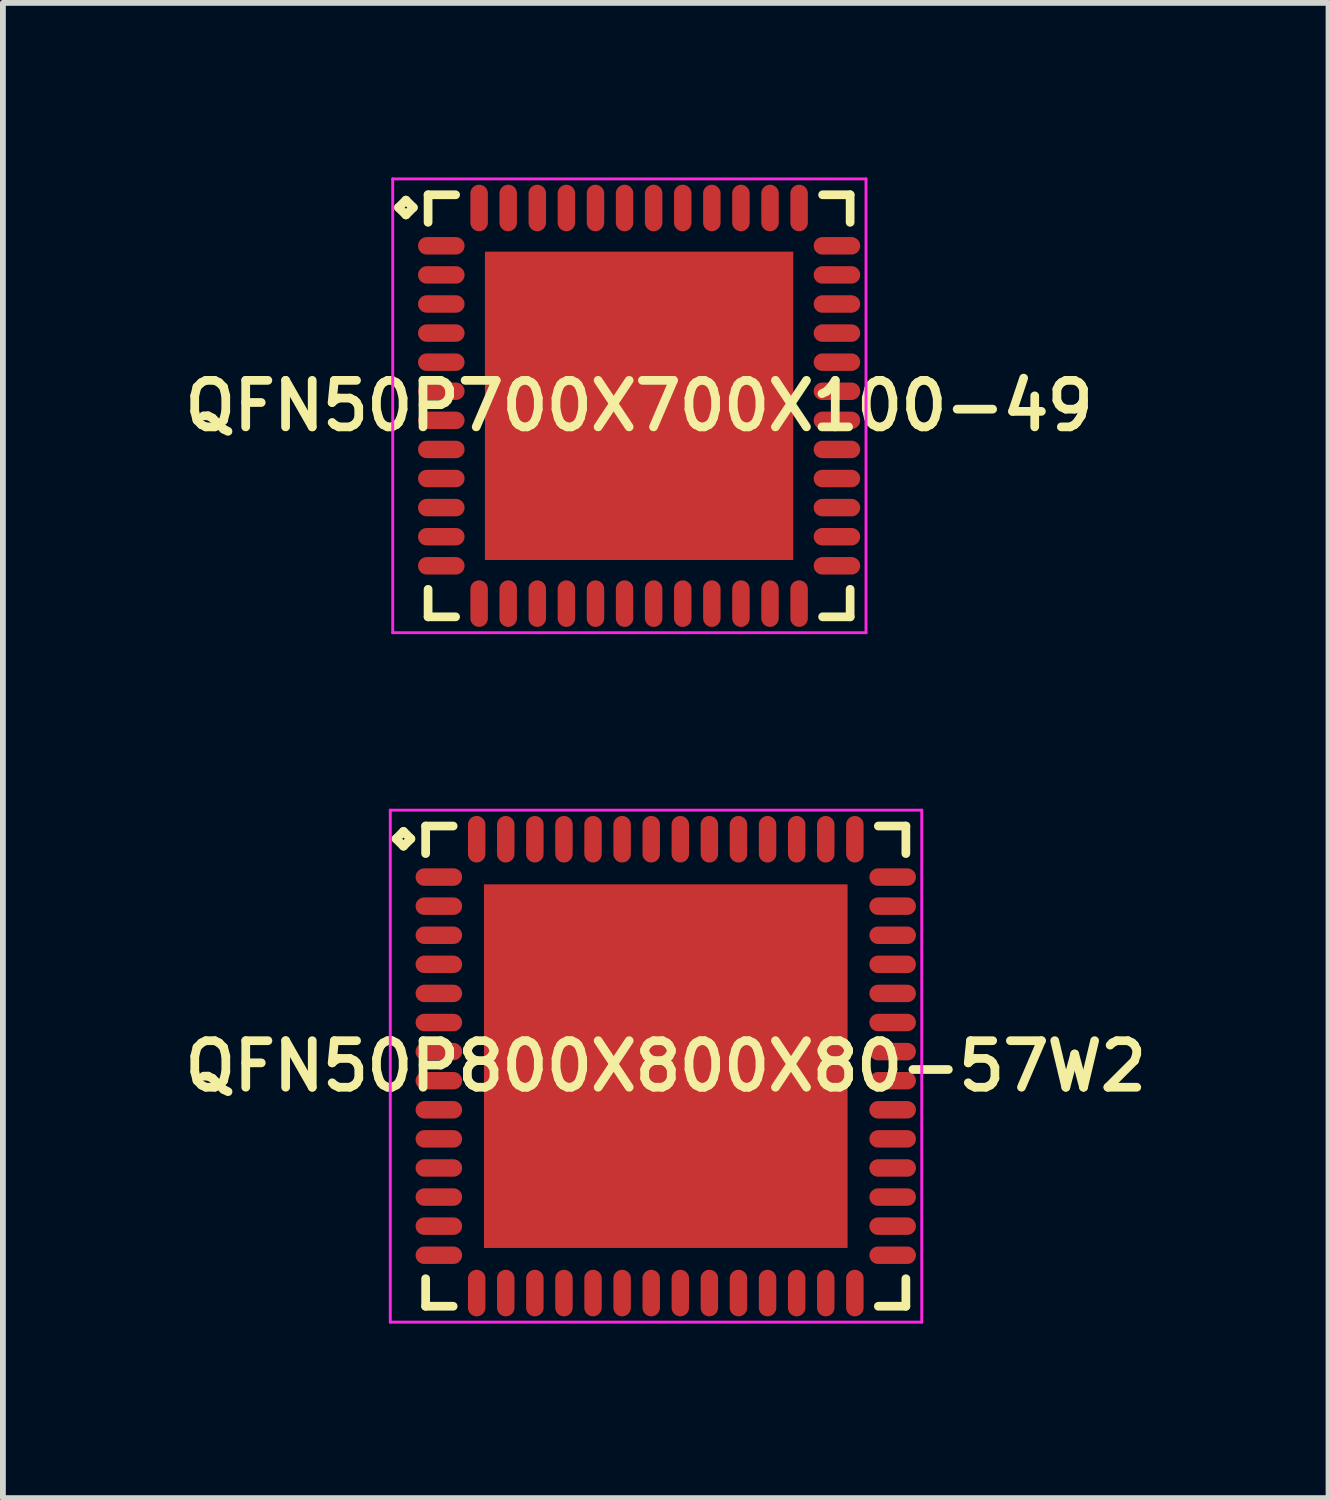
<source format=kicad_pcb>
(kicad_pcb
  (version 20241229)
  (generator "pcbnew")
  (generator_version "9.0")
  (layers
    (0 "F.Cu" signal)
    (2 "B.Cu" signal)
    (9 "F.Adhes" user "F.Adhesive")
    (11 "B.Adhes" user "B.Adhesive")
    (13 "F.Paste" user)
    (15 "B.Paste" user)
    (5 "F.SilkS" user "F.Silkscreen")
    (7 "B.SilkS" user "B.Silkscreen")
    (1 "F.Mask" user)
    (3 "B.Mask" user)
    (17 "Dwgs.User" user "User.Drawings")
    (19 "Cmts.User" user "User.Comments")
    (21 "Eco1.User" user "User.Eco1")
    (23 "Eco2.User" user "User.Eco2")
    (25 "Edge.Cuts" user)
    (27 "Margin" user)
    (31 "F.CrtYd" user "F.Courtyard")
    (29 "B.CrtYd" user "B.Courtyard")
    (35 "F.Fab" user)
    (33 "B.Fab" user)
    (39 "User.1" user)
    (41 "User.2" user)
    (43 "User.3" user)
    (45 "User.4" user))
  (footprint "QFN50P800X800X80-57W2"
    (layer "F.Cu")
    (at 8.393 15.275)
    (property "Reference" "QFN50P800X800X80-57W2" (at 0 0 0) (layer "F.SilkS") (effects (font (size 0.8 0.8) (thickness 0.15))))
    (attr smd)
    (fp_line (start -4.635 -3.908) (end -4.508 -4.035) (stroke (width 0.15) (type solid)) (layer "F.SilkS"))
    (fp_line (start -4.508 -4.035) (end -4.381 -3.908) (stroke (width 0.15) (type solid)) (layer "F.SilkS"))
    (fp_line (start -4.508 -3.781) (end -4.635 -3.908) (stroke (width 0.15) (type solid)) (layer "F.SilkS"))
    (fp_line (start -4.381 -3.908) (end -4.508 -3.781) (stroke (width 0.15) (type solid)) (layer "F.SilkS"))
    (fp_line (start -4.127 -4.127) (end -3.654 -4.127) (stroke (width 0.15) (type solid)) (layer "F.SilkS"))
    (fp_line (start -4.127 -3.654) (end -4.127 -4.127) (stroke (width 0.15) (type solid)) (layer "F.SilkS"))
    (fp_line (start -4.127 3.654) (end -4.127 4.127) (stroke (width 0.15) (type solid)) (layer "F.SilkS"))
    (fp_line (start -4.127 4.127) (end -3.654 4.127) (stroke (width 0.15) (type solid)) (layer "F.SilkS"))
    (fp_line (start 3.654 -4.127) (end 4.127 -4.127) (stroke (width 0.15) (type solid)) (layer "F.SilkS"))
    (fp_line (start 3.654 4.127) (end 4.127 4.127) (stroke (width 0.15) (type solid)) (layer "F.SilkS"))
    (fp_line (start 4.127 -4.127) (end 4.127 -3.654) (stroke (width 0.15) (type solid)) (layer "F.SilkS"))
    (fp_line (start 4.127 4.127) (end 4.127 3.654) (stroke (width 0.15) (type solid)) (layer "F.SilkS"))
    (fp_line (start -4.735 -4.4) (end 4.4 -4.4) (stroke (width 0.05) (type solid)) (layer "F.CrtYd"))
    (fp_line (start -4.735 4.4) (end -4.735 -4.4) (stroke (width 0.05) (type solid)) (layer "F.CrtYd"))
    (fp_line (start 4.4 -4.4) (end 4.4 4.4) (stroke (width 0.05) (type solid)) (layer "F.CrtYd"))
    (fp_line (start 4.4 4.4) (end -4.735 4.4) (stroke (width 0.05) (type solid)) (layer "F.CrtYd"))
    (pad "1" smd oval (at -3.9 -3.25) (size 0.8 0.3) (layers "F.Cu" "F.Mask" "F.Paste"))
    (pad "2" smd oval (at -3.9 -2.75) (size 0.8 0.3) (layers "F.Cu" "F.Mask" "F.Paste"))
    (pad "3" smd oval (at -3.9 -2.25) (size 0.8 0.3) (layers "F.Cu" "F.Mask" "F.Paste"))
    (pad "4" smd oval (at -3.9 -1.75) (size 0.8 0.3) (layers "F.Cu" "F.Mask" "F.Paste"))
    (pad "5" smd oval (at -3.9 -1.25) (size 0.8 0.3) (layers "F.Cu" "F.Mask" "F.Paste"))
    (pad "6" smd oval (at -3.9 -0.75) (size 0.8 0.3) (layers "F.Cu" "F.Mask" "F.Paste"))
    (pad "7" smd oval (at -3.9 -0.25) (size 0.8 0.3) (layers "F.Cu" "F.Mask" "F.Paste"))
    (pad "8" smd oval (at -3.9 0.25) (size 0.8 0.3) (layers "F.Cu" "F.Mask" "F.Paste"))
    (pad "9" smd oval (at -3.9 0.75) (size 0.8 0.3) (layers "F.Cu" "F.Mask" "F.Paste"))
    (pad "10" smd oval (at -3.9 1.25) (size 0.8 0.3) (layers "F.Cu" "F.Mask" "F.Paste"))
    (pad "11" smd oval (at -3.9 1.75) (size 0.8 0.3) (layers "F.Cu" "F.Mask" "F.Paste"))
    (pad "12" smd oval (at -3.9 2.25) (size 0.8 0.3) (layers "F.Cu" "F.Mask" "F.Paste"))
    (pad "13" smd oval (at -3.9 2.75) (size 0.8 0.3) (layers "F.Cu" "F.Mask" "F.Paste"))
    (pad "14" smd oval (at -3.9 3.25) (size 0.8 0.3) (layers "F.Cu" "F.Mask" "F.Paste"))
    (pad "15" smd oval (at -3.25 3.9) (size 0.3 0.8) (layers "F.Cu" "F.Mask" "F.Paste"))
    (pad "16" smd oval (at -2.75 3.9) (size 0.3 0.8) (layers "F.Cu" "F.Mask" "F.Paste"))
    (pad "17" smd oval (at -2.25 3.9) (size 0.3 0.8) (layers "F.Cu" "F.Mask" "F.Paste"))
    (pad "18" smd oval (at -1.75 3.9) (size 0.3 0.8) (layers "F.Cu" "F.Mask" "F.Paste"))
    (pad "19" smd oval (at -1.25 3.9) (size 0.3 0.8) (layers "F.Cu" "F.Mask" "F.Paste"))
    (pad "20" smd oval (at -0.75 3.9) (size 0.3 0.8) (layers "F.Cu" "F.Mask" "F.Paste"))
    (pad "21" smd oval (at -0.25 3.9) (size 0.3 0.8) (layers "F.Cu" "F.Mask" "F.Paste"))
    (pad "22" smd oval (at 0.25 3.9) (size 0.3 0.8) (layers "F.Cu" "F.Mask" "F.Paste"))
    (pad "23" smd oval (at 0.75 3.9) (size 0.3 0.8) (layers "F.Cu" "F.Mask" "F.Paste"))
    (pad "24" smd oval (at 1.25 3.9) (size 0.3 0.8) (layers "F.Cu" "F.Mask" "F.Paste"))
    (pad "25" smd oval (at 1.75 3.9) (size 0.3 0.8) (layers "F.Cu" "F.Mask" "F.Paste"))
    (pad "26" smd oval (at 2.25 3.9) (size 0.3 0.8) (layers "F.Cu" "F.Mask" "F.Paste"))
    (pad "27" smd oval (at 2.75 3.9) (size 0.3 0.8) (layers "F.Cu" "F.Mask" "F.Paste"))
    (pad "28" smd oval (at 3.25 3.9) (size 0.3 0.8) (layers "F.Cu" "F.Mask" "F.Paste"))
    (pad "29" smd oval (at 3.9 3.25) (size 0.8 0.3) (layers "F.Cu" "F.Mask" "F.Paste"))
    (pad "30" smd oval (at 3.9 2.75) (size 0.8 0.3) (layers "F.Cu" "F.Mask" "F.Paste"))
    (pad "31" smd oval (at 3.9 2.25) (size 0.8 0.3) (layers "F.Cu" "F.Mask" "F.Paste"))
    (pad "32" smd oval (at 3.9 1.75) (size 0.8 0.3) (layers "F.Cu" "F.Mask" "F.Paste"))
    (pad "33" smd oval (at 3.9 1.25) (size 0.8 0.3) (layers "F.Cu" "F.Mask" "F.Paste"))
    (pad "34" smd oval (at 3.9 0.75) (size 0.8 0.3) (layers "F.Cu" "F.Mask" "F.Paste"))
    (pad "35" smd oval (at 3.9 0.25) (size 0.8 0.3) (layers "F.Cu" "F.Mask" "F.Paste"))
    (pad "36" smd oval (at 3.9 -0.25) (size 0.8 0.3) (layers "F.Cu" "F.Mask" "F.Paste"))
    (pad "37" smd oval (at 3.9 -0.75) (size 0.8 0.3) (layers "F.Cu" "F.Mask" "F.Paste"))
    (pad "38" smd oval (at 3.9 -1.25) (size 0.8 0.3) (layers "F.Cu" "F.Mask" "F.Paste"))
    (pad "39" smd oval (at 3.9 -1.75) (size 0.8 0.3) (layers "F.Cu" "F.Mask" "F.Paste"))
    (pad "40" smd oval (at 3.9 -2.25) (size 0.8 0.3) (layers "F.Cu" "F.Mask" "F.Paste"))
    (pad "41" smd oval (at 3.9 -2.75) (size 0.8 0.3) (layers "F.Cu" "F.Mask" "F.Paste"))
    (pad "42" smd oval (at 3.9 -3.25) (size 0.8 0.3) (layers "F.Cu" "F.Mask" "F.Paste"))
    (pad "43" smd oval (at 3.25 -3.9) (size 0.3 0.8) (layers "F.Cu" "F.Mask" "F.Paste"))
    (pad "44" smd oval (at 2.75 -3.9) (size 0.3 0.8) (layers "F.Cu" "F.Mask" "F.Paste"))
    (pad "45" smd oval (at 2.25 -3.9) (size 0.3 0.8) (layers "F.Cu" "F.Mask" "F.Paste"))
    (pad "46" smd oval (at 1.75 -3.9) (size 0.3 0.8) (layers "F.Cu" "F.Mask" "F.Paste"))
    (pad "47" smd oval (at 1.25 -3.9) (size 0.3 0.8) (layers "F.Cu" "F.Mask" "F.Paste"))
    (pad "48" smd oval (at 0.75 -3.9) (size 0.3 0.8) (layers "F.Cu" "F.Mask" "F.Paste"))
    (pad "49" smd oval (at 0.25 -3.9) (size 0.3 0.8) (layers "F.Cu" "F.Mask" "F.Paste"))
    (pad "50" smd oval (at -0.25 -3.9) (size 0.3 0.8) (layers "F.Cu" "F.Mask" "F.Paste"))
    (pad "51" smd oval (at -0.75 -3.9) (size 0.3 0.8) (layers "F.Cu" "F.Mask" "F.Paste"))
    (pad "52" smd oval (at -1.25 -3.9) (size 0.3 0.8) (layers "F.Cu" "F.Mask" "F.Paste"))
    (pad "53" smd oval (at -1.75 -3.9) (size 0.3 0.8) (layers "F.Cu" "F.Mask" "F.Paste"))
    (pad "54" smd oval (at -2.25 -3.9) (size 0.3 0.8) (layers "F.Cu" "F.Mask" "F.Paste"))
    (pad "55" smd oval (at -2.75 -3.9) (size 0.3 0.8) (layers "F.Cu" "F.Mask" "F.Paste"))
    (pad "56" smd oval (at -3.25 -3.9) (size 0.3 0.8) (layers "F.Cu" "F.Mask" "F.Paste"))
    (pad "57" smd rect (at 0 0) (size 6.25 6.25) (layers "F.Cu" "F.Mask" "F.Paste")))
  (footprint "QFN50P700X700X100-49"
    (layer "F.Cu")
    (at 7.935 3.925)
    (property "Reference" "QFN50P700X700X100-49" (at 0 0 0) (layer "F.SilkS") (effects (font (size 0.8 0.8) (thickness 0.15))))
    (attr smd)
    (fp_line (start -4.135 -3.408) (end -4.008 -3.535) (stroke (width 0.15) (type solid)) (layer "F.SilkS"))
    (fp_line (start -4.008 -3.535) (end -3.881 -3.408) (stroke (width 0.15) (type solid)) (layer "F.SilkS"))
    (fp_line (start -4.008 -3.281) (end -4.135 -3.408) (stroke (width 0.15) (type solid)) (layer "F.SilkS"))
    (fp_line (start -3.881 -3.408) (end -4.008 -3.281) (stroke (width 0.15) (type solid)) (layer "F.SilkS"))
    (fp_line (start -3.627 -3.627) (end -3.154 -3.627) (stroke (width 0.15) (type solid)) (layer "F.SilkS"))
    (fp_line (start -3.627 -3.154) (end -3.627 -3.627) (stroke (width 0.15) (type solid)) (layer "F.SilkS"))
    (fp_line (start -3.627 3.154) (end -3.627 3.627) (stroke (width 0.15) (type solid)) (layer "F.SilkS"))
    (fp_line (start -3.627 3.627) (end -3.154 3.627) (stroke (width 0.15) (type solid)) (layer "F.SilkS"))
    (fp_line (start 3.154 -3.627) (end 3.627 -3.627) (stroke (width 0.15) (type solid)) (layer "F.SilkS"))
    (fp_line (start 3.154 3.627) (end 3.627 3.627) (stroke (width 0.15) (type solid)) (layer "F.SilkS"))
    (fp_line (start 3.627 -3.627) (end 3.627 -3.154) (stroke (width 0.15) (type solid)) (layer "F.SilkS"))
    (fp_line (start 3.627 3.627) (end 3.627 3.154) (stroke (width 0.15) (type solid)) (layer "F.SilkS"))
    (fp_line (start -4.235 -3.9) (end 3.9 -3.9) (stroke (width 0.05) (type solid)) (layer "F.CrtYd"))
    (fp_line (start -4.235 3.9) (end -4.235 -3.9) (stroke (width 0.05) (type solid)) (layer "F.CrtYd"))
    (fp_line (start 3.9 -3.9) (end 3.9 3.9) (stroke (width 0.05) (type solid)) (layer "F.CrtYd"))
    (fp_line (start 3.9 3.9) (end -4.235 3.9) (stroke (width 0.05) (type solid)) (layer "F.CrtYd"))
    (pad "1" smd oval (at -3.4 -2.75) (size 0.8 0.3) (layers "F.Cu" "F.Mask" "F.Paste"))
    (pad "2" smd oval (at -3.4 -2.25) (size 0.8 0.3) (layers "F.Cu" "F.Mask" "F.Paste"))
    (pad "3" smd oval (at -3.4 -1.75) (size 0.8 0.3) (layers "F.Cu" "F.Mask" "F.Paste"))
    (pad "4" smd oval (at -3.4 -1.25) (size 0.8 0.3) (layers "F.Cu" "F.Mask" "F.Paste"))
    (pad "5" smd oval (at -3.4 -0.75) (size 0.8 0.3) (layers "F.Cu" "F.Mask" "F.Paste"))
    (pad "6" smd oval (at -3.4 -0.25) (size 0.8 0.3) (layers "F.Cu" "F.Mask" "F.Paste"))
    (pad "7" smd oval (at -3.4 0.25) (size 0.8 0.3) (layers "F.Cu" "F.Mask" "F.Paste"))
    (pad "8" smd oval (at -3.4 0.75) (size 0.8 0.3) (layers "F.Cu" "F.Mask" "F.Paste"))
    (pad "9" smd oval (at -3.4 1.25) (size 0.8 0.3) (layers "F.Cu" "F.Mask" "F.Paste"))
    (pad "10" smd oval (at -3.4 1.75) (size 0.8 0.3) (layers "F.Cu" "F.Mask" "F.Paste"))
    (pad "11" smd oval (at -3.4 2.25) (size 0.8 0.3) (layers "F.Cu" "F.Mask" "F.Paste"))
    (pad "12" smd oval (at -3.4 2.75) (size 0.8 0.3) (layers "F.Cu" "F.Mask" "F.Paste"))
    (pad "13" smd oval (at -2.75 3.4) (size 0.3 0.8) (layers "F.Cu" "F.Mask" "F.Paste"))
    (pad "14" smd oval (at -2.25 3.4) (size 0.3 0.8) (layers "F.Cu" "F.Mask" "F.Paste"))
    (pad "15" smd oval (at -1.75 3.4) (size 0.3 0.8) (layers "F.Cu" "F.Mask" "F.Paste"))
    (pad "16" smd oval (at -1.25 3.4) (size 0.3 0.8) (layers "F.Cu" "F.Mask" "F.Paste"))
    (pad "17" smd oval (at -0.75 3.4) (size 0.3 0.8) (layers "F.Cu" "F.Mask" "F.Paste"))
    (pad "18" smd oval (at -0.25 3.4) (size 0.3 0.8) (layers "F.Cu" "F.Mask" "F.Paste"))
    (pad "19" smd oval (at 0.25 3.4) (size 0.3 0.8) (layers "F.Cu" "F.Mask" "F.Paste"))
    (pad "20" smd oval (at 0.75 3.4) (size 0.3 0.8) (layers "F.Cu" "F.Mask" "F.Paste"))
    (pad "21" smd oval (at 1.25 3.4) (size 0.3 0.8) (layers "F.Cu" "F.Mask" "F.Paste"))
    (pad "22" smd oval (at 1.75 3.4) (size 0.3 0.8) (layers "F.Cu" "F.Mask" "F.Paste"))
    (pad "23" smd oval (at 2.25 3.4) (size 0.3 0.8) (layers "F.Cu" "F.Mask" "F.Paste"))
    (pad "24" smd oval (at 2.75 3.4) (size 0.3 0.8) (layers "F.Cu" "F.Mask" "F.Paste"))
    (pad "25" smd oval (at 3.4 2.75) (size 0.8 0.3) (layers "F.Cu" "F.Mask" "F.Paste"))
    (pad "26" smd oval (at 3.4 2.25) (size 0.8 0.3) (layers "F.Cu" "F.Mask" "F.Paste"))
    (pad "27" smd oval (at 3.4 1.75) (size 0.8 0.3) (layers "F.Cu" "F.Mask" "F.Paste"))
    (pad "28" smd oval (at 3.4 1.25) (size 0.8 0.3) (layers "F.Cu" "F.Mask" "F.Paste"))
    (pad "29" smd oval (at 3.4 0.75) (size 0.8 0.3) (layers "F.Cu" "F.Mask" "F.Paste"))
    (pad "30" smd oval (at 3.4 0.25) (size 0.8 0.3) (layers "F.Cu" "F.Mask" "F.Paste"))
    (pad "31" smd oval (at 3.4 -0.25) (size 0.8 0.3) (layers "F.Cu" "F.Mask" "F.Paste"))
    (pad "32" smd oval (at 3.4 -0.75) (size 0.8 0.3) (layers "F.Cu" "F.Mask" "F.Paste"))
    (pad "33" smd oval (at 3.4 -1.25) (size 0.8 0.3) (layers "F.Cu" "F.Mask" "F.Paste"))
    (pad "34" smd oval (at 3.4 -1.75) (size 0.8 0.3) (layers "F.Cu" "F.Mask" "F.Paste"))
    (pad "35" smd oval (at 3.4 -2.25) (size 0.8 0.3) (layers "F.Cu" "F.Mask" "F.Paste"))
    (pad "36" smd oval (at 3.4 -2.75) (size 0.8 0.3) (layers "F.Cu" "F.Mask" "F.Paste"))
    (pad "37" smd oval (at 2.75 -3.4) (size 0.3 0.8) (layers "F.Cu" "F.Mask" "F.Paste"))
    (pad "38" smd oval (at 2.25 -3.4) (size 0.3 0.8) (layers "F.Cu" "F.Mask" "F.Paste"))
    (pad "39" smd oval (at 1.75 -3.4) (size 0.3 0.8) (layers "F.Cu" "F.Mask" "F.Paste"))
    (pad "40" smd oval (at 1.25 -3.4) (size 0.3 0.8) (layers "F.Cu" "F.Mask" "F.Paste"))
    (pad "41" smd oval (at 0.75 -3.4) (size 0.3 0.8) (layers "F.Cu" "F.Mask" "F.Paste"))
    (pad "42" smd oval (at 0.25 -3.4) (size 0.3 0.8) (layers "F.Cu" "F.Mask" "F.Paste"))
    (pad "43" smd oval (at -0.25 -3.4) (size 0.3 0.8) (layers "F.Cu" "F.Mask" "F.Paste"))
    (pad "44" smd oval (at -0.75 -3.4) (size 0.3 0.8) (layers "F.Cu" "F.Mask" "F.Paste"))
    (pad "45" smd oval (at -1.25 -3.4) (size 0.3 0.8) (layers "F.Cu" "F.Mask" "F.Paste"))
    (pad "46" smd oval (at -1.75 -3.4) (size 0.3 0.8) (layers "F.Cu" "F.Mask" "F.Paste"))
    (pad "47" smd oval (at -2.25 -3.4) (size 0.3 0.8) (layers "F.Cu" "F.Mask" "F.Paste"))
    (pad "48" smd oval (at -2.75 -3.4) (size 0.3 0.8) (layers "F.Cu" "F.Mask" "F.Paste"))
    (pad "49" smd rect (at 0 0) (size 5.3 5.3) (layers "F.Cu" "F.Mask" "F.Paste")))
  (gr_rect
    (start -3 -3)
    (end 19.785 22.7)
    (stroke (width 0.1) (type default))
    (fill no)
    (layer "Edge.Cuts")))
</source>
